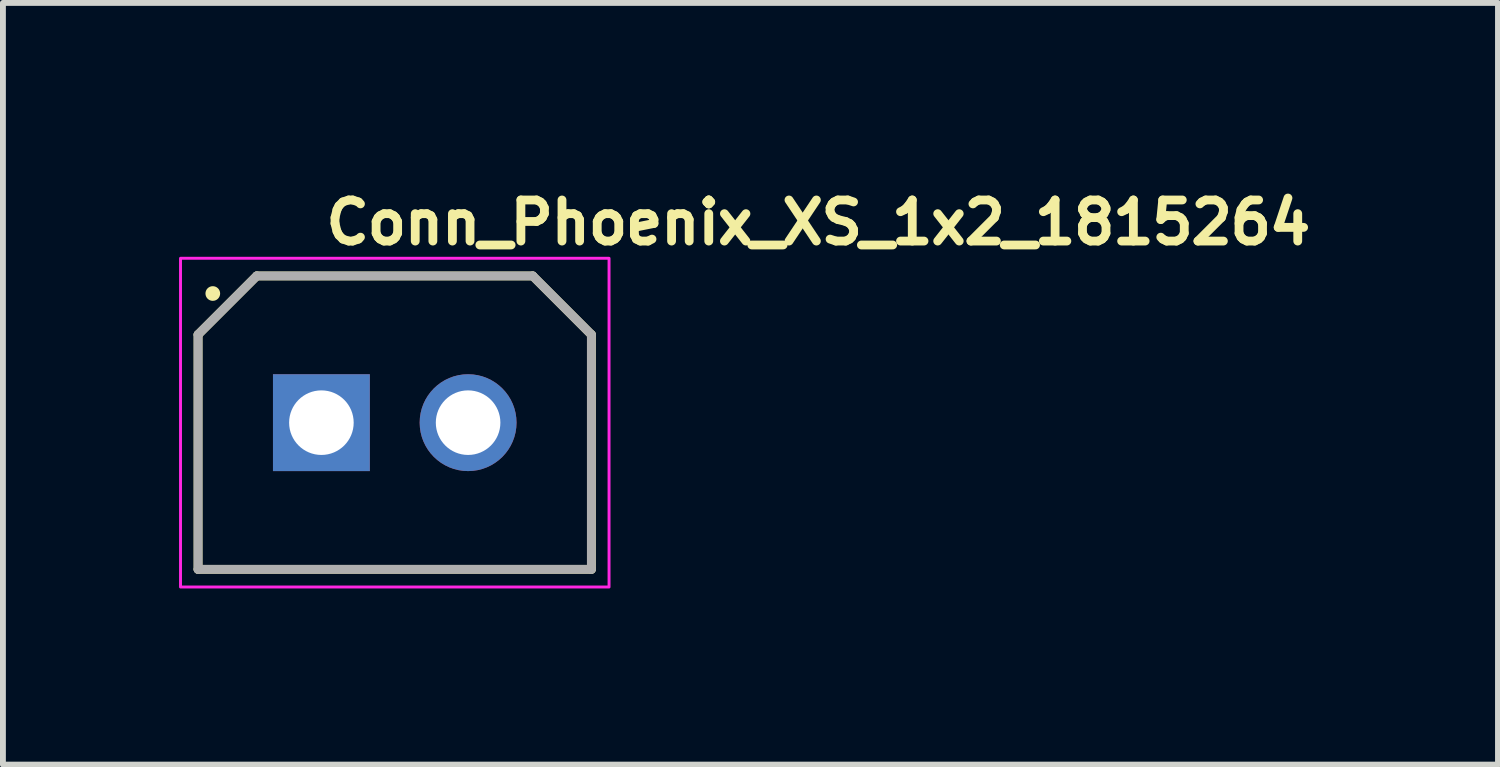
<source format=kicad_pcb>
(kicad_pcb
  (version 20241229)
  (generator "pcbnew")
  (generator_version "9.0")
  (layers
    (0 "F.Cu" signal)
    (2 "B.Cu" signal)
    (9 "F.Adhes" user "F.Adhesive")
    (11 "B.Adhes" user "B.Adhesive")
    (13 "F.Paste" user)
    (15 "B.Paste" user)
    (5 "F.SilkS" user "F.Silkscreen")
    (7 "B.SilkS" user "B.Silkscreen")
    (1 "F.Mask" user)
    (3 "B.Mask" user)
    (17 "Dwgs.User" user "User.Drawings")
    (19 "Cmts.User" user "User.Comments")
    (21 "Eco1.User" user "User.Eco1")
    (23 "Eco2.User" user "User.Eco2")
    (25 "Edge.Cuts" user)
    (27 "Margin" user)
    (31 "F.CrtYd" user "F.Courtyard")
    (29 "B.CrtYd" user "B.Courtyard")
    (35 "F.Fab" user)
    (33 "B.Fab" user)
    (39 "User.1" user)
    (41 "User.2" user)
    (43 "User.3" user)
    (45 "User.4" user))
  (footprint "Conn_Phoenix_XS_1x2_1815264"
    (layer "F.Cu")
    (at 2.425 4.15)
    (property "Reference" "Conn_Phoenix_XS_1x2_1815264" (at 0 -3 0) (unlocked yes) (layer "F.SilkS") (effects (font (size 0.7 0.7) (thickness 0.15)) (justify left bottom)))
    (attr through_hole)
    (fp_line (start -2.101 -1.5) (end -1.101 -2.5) (stroke (width 0.15) (type solid)) (layer "F.SilkS"))
    (fp_line (start -2.101 2.499) (end -2.101 -1.5) (stroke (width 0.15) (type solid)) (layer "F.SilkS"))
    (fp_line (start -1.101 -2.5) (end 3.6 -2.5) (stroke (width 0.15) (type solid)) (layer "F.SilkS"))
    (fp_line (start 3.6 -2.5) (end 4.599 -1.5) (stroke (width 0.15) (type solid)) (layer "F.SilkS"))
    (fp_line (start 4.599 -1.5) (end 4.599 2.499) (stroke (width 0.15) (type solid)) (layer "F.SilkS"))
    (fp_line (start 4.599 2.499) (end -2.101 2.499) (stroke (width 0.15) (type solid)) (layer "F.SilkS"))
    (fp_circle (center -1.85 -2.2) (end -1.8 -2.2) (stroke (width 0.15) (type solid)) (fill yes) (layer "F.SilkS"))
    (fp_rect (start -2.4 -2.8) (end 4.9 2.8) (stroke (width 0.05) (type solid)) (fill no) (layer "F.CrtYd"))
    (fp_line (start -2.101 -1.5) (end -1.101 -2.5) (stroke (width 0.15) (type solid)) (layer "F.Fab"))
    (fp_line (start -2.101 2.499) (end -2.101 -1.5) (stroke (width 0.15) (type solid)) (layer "F.Fab"))
    (fp_line (start -1.101 -2.5) (end 3.6 -2.5) (stroke (width 0.15) (type solid)) (layer "F.Fab"))
    (fp_line (start 3.6 -2.5) (end 4.599 -1.5) (stroke (width 0.15) (type solid)) (layer "F.Fab"))
    (fp_line (start 4.599 -1.5) (end 4.599 2.499) (stroke (width 0.15) (type solid)) (layer "F.Fab"))
    (fp_line (start 4.599 2.499) (end -2.101 2.499) (stroke (width 0.15) (type solid)) (layer "F.Fab"))
    (fp_rect (start -2.1 -2.5) (end 4.599 2.5) (stroke (width 0.1) (type solid)) (fill no) (layer "User.5"))
    (fp_line (start -2.1 -1.5) (end -1.1 -2.5) (stroke (width 0.02) (type solid)) (layer "User.9"))
    (fp_line (start -2.1 -1.3) (end -2.1 -1.5) (stroke (width 0.02) (type solid)) (layer "User.9"))
    (fp_line (start -2.1 -1.3) (end -2.1 -0.8) (stroke (width 0.02) (type solid)) (layer "User.9"))
    (fp_line (start -2.1 0.8) (end -2.1 -0.8) (stroke (width 0.02) (type solid)) (layer "User.9"))
    (fp_line (start -2.1 0.8) (end -2.1 1.3) (stroke (width 0.02) (type solid)) (layer "User.9"))
    (fp_line (start -2.1 0.8) (end -1.616 0.8) (stroke (width 0.02) (type solid)) (layer "User.9"))
    (fp_line (start -2.1 1.3) (end -1.621 1.3) (stroke (width 0.02) (type solid)) (layer "User.9"))
    (fp_line (start -2.1 2.5) (end -2.1 1.3) (stroke (width 0.02) (type solid)) (layer "User.9"))
    (fp_line (start -2.1 2.5) (end -0.7 2.5) (stroke (width 0.02) (type solid)) (layer "User.9"))
    (fp_line (start -1.621 -1.301) (end -1.621 -1.3) (stroke (width 0.02) (type solid)) (layer "User.9"))
    (fp_line (start -1.621 -1.3) (end -2.1 -1.3) (stroke (width 0.02) (type solid)) (layer "User.9"))
    (fp_line (start -1.621 -1.3) (end -1.616 -0.8) (stroke (width 0.02) (type solid)) (layer "User.9"))
    (fp_line (start -1.621 1.3) (end -1.621 2.02) (stroke (width 0.02) (type solid)) (layer "User.9"))
    (fp_line (start -1.616 -0.8) (end -2.1 -0.8) (stroke (width 0.02) (type solid)) (layer "User.9"))
    (fp_line (start -1.616 0.8) (end -1.621 1.3) (stroke (width 0.02) (type solid)) (layer "User.9"))
    (fp_line (start -1.616 0.8) (end -1.616 -0.8) (stroke (width 0.02) (type solid)) (layer "User.9"))
    (fp_line (start -1.612 -1.297) (end -1.621 -1.301) (stroke (width 0.02) (type solid)) (layer "User.9"))
    (fp_line (start -1.612 -1.297) (end -0.898 -2.011) (stroke (width 0.02) (type solid)) (layer "User.9"))
    (fp_line (start -1.612 2.011) (end -1.621 2.02) (stroke (width 0.02) (type solid)) (layer "User.9"))
    (fp_line (start -1.612 2.011) (end -1.612 -1.297) (stroke (width 0.02) (type solid)) (layer "User.9"))
    (fp_line (start -1.1 -2.5) (end -0.9 -2.5) (stroke (width 0.02) (type solid)) (layer "User.9"))
    (fp_line (start -0.902 -2.02) (end -1.621 -1.301) (stroke (width 0.02) (type solid)) (layer "User.9"))
    (fp_line (start -0.9 -2.5) (end -0.9 -2.02) (stroke (width 0.02) (type solid)) (layer "User.9"))
    (fp_line (start -0.9 -2.02) (end -0.902 -2.02) (stroke (width 0.02) (type solid)) (layer "User.9"))
    (fp_line (start -0.898 -2.011) (end -0.902 -2.02) (stroke (width 0.02) (type solid)) (layer "User.9"))
    (fp_line (start -0.898 -2.011) (end 3.397 -2.011) (stroke (width 0.02) (type solid)) (layer "User.9"))
    (fp_line (start -0.889 1.388) (end -0.889 -1.388) (stroke (width 0.02) (type solid)) (layer "User.9"))
    (fp_line (start -0.889 1.388) (end -0.885 1.384) (stroke (width 0.02) (type solid)) (layer "User.9"))
    (fp_line (start -0.885 -1.384) (end -0.889 -1.388) (stroke (width 0.02) (type solid)) (layer "User.9"))
    (fp_line (start -0.885 1.384) (end -0.885 -1.384) (stroke (width 0.02) (type solid)) (layer "User.9"))
    (fp_line (start -0.885 1.384) (end 0.884 1.384) (stroke (width 0.02) (type solid)) (layer "User.9"))
    (fp_line (start -0.7 2.011) (end -1.612 2.011) (stroke (width 0.02) (type solid)) (layer "User.9"))
    (fp_line (start -0.7 2.011) (end -0.7 2.02) (stroke (width 0.02) (type solid)) (layer "User.9"))
    (fp_line (start -0.7 2.02) (end -1.621 2.02) (stroke (width 0.02) (type solid)) (layer "User.9"))
    (fp_line (start -0.7 2.02) (end -0.7 2.5) (stroke (width 0.02) (type solid)) (layer "User.9"))
    (fp_line (start -0.6 -0.03) (end -0.6 0) (stroke (width 0.02) (type solid)) (layer "User.9"))
    (fp_line (start -0.6 0) (end -0.6 0.03) (stroke (width 0.02) (type solid)) (layer "User.9"))
    (fp_line (start -0.6 0.03) (end -0.597 0.061) (stroke (width 0.02) (type solid)) (layer "User.9"))
    (fp_line (start -0.597 -0.061) (end -0.6 -0.03) (stroke (width 0.02) (type solid)) (layer "User.9"))
    (fp_line (start -0.597 0.061) (end -0.594 0.091) (stroke (width 0.02) (type solid)) (layer "User.9"))
    (fp_line (start -0.594 -0.091) (end -0.597 -0.061) (stroke (width 0.02) (type solid)) (layer "User.9"))
    (fp_line (start -0.594 0.091) (end -0.588 0.12) (stroke (width 0.02) (type solid)) (layer "User.9"))
    (fp_line (start -0.588 -0.12) (end -0.594 -0.091) (stroke (width 0.02) (type solid)) (layer "User.9"))
    (fp_line (start -0.588 0.12) (end -0.582 0.149) (stroke (width 0.02) (type solid)) (layer "User.9"))
    (fp_line (start -0.582 -0.149) (end -0.588 -0.12) (stroke (width 0.02) (type solid)) (layer "User.9"))
    (fp_line (start -0.582 0.149) (end -0.573 0.178) (stroke (width 0.02) (type solid)) (layer "User.9"))
    (fp_line (start -0.573 -0.178) (end -0.582 -0.149) (stroke (width 0.02) (type solid)) (layer "User.9"))
    (fp_line (start -0.573 0.178) (end -0.564 0.206) (stroke (width 0.02) (type solid)) (layer "User.9"))
    (fp_line (start -0.564 -0.206) (end -0.573 -0.178) (stroke (width 0.02) (type solid)) (layer "User.9"))
    (fp_line (start -0.564 0.206) (end -0.553 0.233) (stroke (width 0.02) (type solid)) (layer "User.9"))
    (fp_line (start -0.553 -0.233) (end -0.564 -0.206) (stroke (width 0.02) (type solid)) (layer "User.9"))
    (fp_line (start -0.553 0.233) (end -0.541 0.26) (stroke (width 0.02) (type solid)) (layer "User.9"))
    (fp_line (start -0.541 -0.26) (end -0.553 -0.233) (stroke (width 0.02) (type solid)) (layer "User.9"))
    (fp_line (start -0.541 0.26) (end -0.528 0.285) (stroke (width 0.02) (type solid)) (layer "User.9"))
    (fp_line (start -0.528 -0.285) (end -0.541 -0.26) (stroke (width 0.02) (type solid)) (layer "User.9"))
    (fp_line (start -0.528 0.285) (end -0.514 0.31) (stroke (width 0.02) (type solid)) (layer "User.9"))
    (fp_line (start -0.514 -0.31) (end -0.528 -0.285) (stroke (width 0.02) (type solid)) (layer "User.9"))
    (fp_line (start -0.514 0.31) (end -0.498 0.335) (stroke (width 0.02) (type solid)) (layer "User.9"))
    (fp_line (start -0.498 -0.335) (end -0.514 -0.31) (stroke (width 0.02) (type solid)) (layer "User.9"))
    (fp_line (start -0.498 0.335) (end -0.481 0.358) (stroke (width 0.02) (type solid)) (layer "User.9"))
    (fp_line (start -0.481 -0.358) (end -0.498 -0.335) (stroke (width 0.02) (type solid)) (layer "User.9"))
    (fp_line (start -0.481 0.358) (end -0.463 0.381) (stroke (width 0.02) (type solid)) (layer "User.9"))
    (fp_line (start -0.463 -0.381) (end -0.481 -0.358) (stroke (width 0.02) (type solid)) (layer "User.9"))
    (fp_line (start -0.463 0.381) (end -0.445 0.403) (stroke (width 0.02) (type solid)) (layer "User.9"))
    (fp_line (start -0.445 -0.403) (end -0.463 -0.381) (stroke (width 0.02) (type solid)) (layer "User.9"))
    (fp_line (start -0.445 0.403) (end -0.425 0.424) (stroke (width 0.02) (type solid)) (layer "User.9"))
    (fp_line (start -0.425 -0.424) (end -0.445 -0.403) (stroke (width 0.02) (type solid)) (layer "User.9"))
    (fp_line (start -0.425 0.424) (end -0.404 0.443) (stroke (width 0.02) (type solid)) (layer "User.9"))
    (fp_line (start -0.404 -0.443) (end -0.425 -0.424) (stroke (width 0.02) (type solid)) (layer "User.9"))
    (fp_line (start -0.404 0.443) (end -0.382 0.462) (stroke (width 0.02) (type solid)) (layer "User.9"))
    (fp_line (start -0.4 -2.5) (end -0.9 -2.5) (stroke (width 0.02) (type solid)) (layer "User.9"))
    (fp_line (start -0.4 -2.5) (end -0.4 -2.015) (stroke (width 0.02) (type solid)) (layer "User.9"))
    (fp_line (start -0.4 -2.5) (end 0.4 -2.5) (stroke (width 0.02) (type solid)) (layer "User.9"))
    (fp_line (start -0.4 -2.015) (end -0.9 -2.02) (stroke (width 0.02) (type solid)) (layer "User.9"))
    (fp_line (start -0.4 -2.015) (end 0.4 -2.015) (stroke (width 0.02) (type solid)) (layer "User.9"))
    (fp_line (start -0.382 -0.462) (end -0.404 -0.443) (stroke (width 0.02) (type solid)) (layer "User.9"))
    (fp_line (start -0.382 0.462) (end -0.359 0.48) (stroke (width 0.02) (type solid)) (layer "User.9"))
    (fp_line (start -0.359 -0.48) (end -0.382 -0.462) (stroke (width 0.02) (type solid)) (layer "User.9"))
    (fp_line (start -0.359 0.48) (end -0.336 0.497) (stroke (width 0.02) (type solid)) (layer "User.9"))
    (fp_line (start -0.336 -0.497) (end -0.359 -0.48) (stroke (width 0.02) (type solid)) (layer "User.9"))
    (fp_line (start -0.336 0.497) (end -0.312 0.512) (stroke (width 0.02) (type solid)) (layer "User.9"))
    (fp_line (start -0.312 -0.512) (end -0.336 -0.497) (stroke (width 0.02) (type solid)) (layer "User.9"))
    (fp_line (start -0.312 0.512) (end -0.286 0.527) (stroke (width 0.02) (type solid)) (layer "User.9"))
    (fp_line (start -0.3 -0.3) (end -0.2 -0.2) (stroke (width 0.02) (type solid)) (layer "User.9"))
    (fp_line (start -0.3 -0.3) (end 0.3 -0.3) (stroke (width 0.02) (type solid)) (layer "User.9"))
    (fp_line (start -0.3 0.3) (end -0.3 -0.3) (stroke (width 0.02) (type solid)) (layer "User.9"))
    (fp_line (start -0.286 -0.527) (end -0.312 -0.512) (stroke (width 0.02) (type solid)) (layer "User.9"))
    (fp_line (start -0.286 0.527) (end -0.261 0.54) (stroke (width 0.02) (type solid)) (layer "User.9"))
    (fp_line (start -0.261 -0.54) (end -0.286 -0.527) (stroke (width 0.02) (type solid)) (layer "User.9"))
    (fp_line (start -0.261 0.54) (end -0.234 0.552) (stroke (width 0.02) (type solid)) (layer "User.9"))
    (fp_line (start -0.234 -0.552) (end -0.261 -0.54) (stroke (width 0.02) (type solid)) (layer "User.9"))
    (fp_line (start -0.234 0.552) (end -0.207 0.563) (stroke (width 0.02) (type solid)) (layer "User.9"))
    (fp_line (start -0.207 -0.563) (end -0.234 -0.552) (stroke (width 0.02) (type solid)) (layer "User.9"))
    (fp_line (start -0.207 0.563) (end -0.179 0.572) (stroke (width 0.02) (type solid)) (layer "User.9"))
    (fp_line (start -0.2 -0.2) (end 0.2 -0.2) (stroke (width 0.02) (type solid)) (layer "User.9"))
    (fp_line (start -0.2 0.2) (end -0.3 0.3) (stroke (width 0.02) (type solid)) (layer "User.9"))
    (fp_line (start -0.2 0.2) (end -0.2 -0.2) (stroke (width 0.02) (type solid)) (layer "User.9"))
    (fp_line (start -0.179 -0.572) (end -0.207 -0.563) (stroke (width 0.02) (type solid)) (layer "User.9"))
    (fp_line (start -0.179 0.572) (end -0.15 0.58) (stroke (width 0.02) (type solid)) (layer "User.9"))
    (fp_line (start -0.15 -0.58) (end -0.179 -0.572) (stroke (width 0.02) (type solid)) (layer "User.9"))
    (fp_line (start -0.15 0.58) (end -0.121 0.587) (stroke (width 0.02) (type solid)) (layer "User.9"))
    (fp_line (start -0.121 -0.587) (end -0.15 -0.58) (stroke (width 0.02) (type solid)) (layer "User.9"))
    (fp_line (start -0.121 0.587) (end -0.092 0.592) (stroke (width 0.02) (type solid)) (layer "User.9"))
    (fp_line (start -0.092 -0.592) (end -0.121 -0.587) (stroke (width 0.02) (type solid)) (layer "User.9"))
    (fp_line (start -0.092 0.592) (end -0.062 0.596) (stroke (width 0.02) (type solid)) (layer "User.9"))
    (fp_line (start -0.062 -0.596) (end -0.092 -0.592) (stroke (width 0.02) (type solid)) (layer "User.9"))
    (fp_line (start -0.062 0.596) (end -0.031 0.598) (stroke (width 0.02) (type solid)) (layer "User.9"))
    (fp_line (start -0.031 -0.598) (end -0.062 -0.596) (stroke (width 0.02) (type solid)) (layer "User.9"))
    (fp_line (start -0.031 0.598) (end -0.001 0.599) (stroke (width 0.02) (type solid)) (layer "User.9"))
    (fp_line (start -0.001 -0.599) (end -0.031 -0.598) (stroke (width 0.02) (type solid)) (layer "User.9"))
    (fp_line (start -0.001 -0.599) (end -0.001 -0.599) (stroke (width 0.02) (type solid)) (layer "User.9"))
    (fp_line (start -0.001 0.599) (end -0.001 0.599) (stroke (width 0.02) (type solid)) (layer "User.9"))
    (fp_line (start -0.001 0.599) (end 0.03 0.598) (stroke (width 0.02) (type solid)) (layer "User.9"))
    (fp_line (start 0.03 -0.598) (end -0.001 -0.599) (stroke (width 0.02) (type solid)) (layer "User.9"))
    (fp_line (start 0.03 0.598) (end 0.061 0.596) (stroke (width 0.02) (type solid)) (layer "User.9"))
    (fp_line (start 0.061 -0.596) (end 0.03 -0.598) (stroke (width 0.02) (type solid)) (layer "User.9"))
    (fp_line (start 0.061 0.596) (end 0.091 0.592) (stroke (width 0.02) (type solid)) (layer "User.9"))
    (fp_line (start 0.091 -0.592) (end 0.061 -0.596) (stroke (width 0.02) (type solid)) (layer "User.9"))
    (fp_line (start 0.091 0.592) (end 0.12 0.587) (stroke (width 0.02) (type solid)) (layer "User.9"))
    (fp_line (start 0.12 -0.587) (end 0.091 -0.592) (stroke (width 0.02) (type solid)) (layer "User.9"))
    (fp_line (start 0.12 0.587) (end 0.149 0.58) (stroke (width 0.02) (type solid)) (layer "User.9"))
    (fp_line (start 0.149 -0.58) (end 0.12 -0.587) (stroke (width 0.02) (type solid)) (layer "User.9"))
    (fp_line (start 0.149 0.58) (end 0.178 0.572) (stroke (width 0.02) (type solid)) (layer "User.9"))
    (fp_line (start 0.178 -0.572) (end 0.149 -0.58) (stroke (width 0.02) (type solid)) (layer "User.9"))
    (fp_line (start 0.178 0.572) (end 0.206 0.563) (stroke (width 0.02) (type solid)) (layer "User.9"))
    (fp_line (start 0.2 -0.2) (end 0.2 0.2) (stroke (width 0.02) (type solid)) (layer "User.9"))
    (fp_line (start 0.2 0.2) (end -0.2 0.2) (stroke (width 0.02) (type solid)) (layer "User.9"))
    (fp_line (start 0.2 0.2) (end 0.3 0.3) (stroke (width 0.02) (type solid)) (layer "User.9"))
    (fp_line (start 0.206 -0.563) (end 0.178 -0.572) (stroke (width 0.02) (type solid)) (layer "User.9"))
    (fp_line (start 0.206 0.563) (end 0.233 0.552) (stroke (width 0.02) (type solid)) (layer "User.9"))
    (fp_line (start 0.233 -0.552) (end 0.206 -0.563) (stroke (width 0.02) (type solid)) (layer "User.9"))
    (fp_line (start 0.233 0.552) (end 0.26 0.54) (stroke (width 0.02) (type solid)) (layer "User.9"))
    (fp_line (start 0.26 -0.54) (end 0.233 -0.552) (stroke (width 0.02) (type solid)) (layer "User.9"))
    (fp_line (start 0.26 0.54) (end 0.285 0.527) (stroke (width 0.02) (type solid)) (layer "User.9"))
    (fp_line (start 0.285 -0.527) (end 0.26 -0.54) (stroke (width 0.02) (type solid)) (layer "User.9"))
    (fp_line (start 0.285 0.527) (end 0.311 0.512) (stroke (width 0.02) (type solid)) (layer "User.9"))
    (fp_line (start 0.3 -0.3) (end 0.2 -0.2) (stroke (width 0.02) (type solid)) (layer "User.9"))
    (fp_line (start 0.3 -0.3) (end 0.3 0.3) (stroke (width 0.02) (type solid)) (layer "User.9"))
    (fp_line (start 0.3 0.3) (end -0.3 0.3) (stroke (width 0.02) (type solid)) (layer "User.9"))
    (fp_line (start 0.311 -0.512) (end 0.285 -0.527) (stroke (width 0.02) (type solid)) (layer "User.9"))
    (fp_line (start 0.311 0.512) (end 0.335 0.497) (stroke (width 0.02) (type solid)) (layer "User.9"))
    (fp_line (start 0.335 -0.497) (end 0.311 -0.512) (stroke (width 0.02) (type solid)) (layer "User.9"))
    (fp_line (start 0.335 0.497) (end 0.358 0.48) (stroke (width 0.02) (type solid)) (layer "User.9"))
    (fp_line (start 0.358 -0.48) (end 0.335 -0.497) (stroke (width 0.02) (type solid)) (layer "User.9"))
    (fp_line (start 0.358 0.48) (end 0.381 0.462) (stroke (width 0.02) (type solid)) (layer "User.9"))
    (fp_line (start 0.381 -0.462) (end 0.358 -0.48) (stroke (width 0.02) (type solid)) (layer "User.9"))
    (fp_line (start 0.381 0.462) (end 0.403 0.443) (stroke (width 0.02) (type solid)) (layer "User.9"))
    (fp_line (start 0.4 -2.5) (end 0.4 -2.015) (stroke (width 0.02) (type solid)) (layer "User.9"))
    (fp_line (start 0.403 -0.443) (end 0.381 -0.462) (stroke (width 0.02) (type solid)) (layer "User.9"))
    (fp_line (start 0.403 0.443) (end 0.424 0.424) (stroke (width 0.02) (type solid)) (layer "User.9"))
    (fp_line (start 0.424 -0.424) (end 0.403 -0.443) (stroke (width 0.02) (type solid)) (layer "User.9"))
    (fp_line (start 0.424 0.424) (end 0.444 0.403) (stroke (width 0.02) (type solid)) (layer "User.9"))
    (fp_line (start 0.444 -0.403) (end 0.424 -0.424) (stroke (width 0.02) (type solid)) (layer "User.9"))
    (fp_line (start 0.444 0.403) (end 0.462 0.381) (stroke (width 0.02) (type solid)) (layer "User.9"))
    (fp_line (start 0.462 -0.381) (end 0.444 -0.403) (stroke (width 0.02) (type solid)) (layer "User.9"))
    (fp_line (start 0.462 0.381) (end 0.48 0.358) (stroke (width 0.02) (type solid)) (layer "User.9"))
    (fp_line (start 0.48 -0.358) (end 0.462 -0.381) (stroke (width 0.02) (type solid)) (layer "User.9"))
    (fp_line (start 0.48 0.358) (end 0.497 0.335) (stroke (width 0.02) (type solid)) (layer "User.9"))
    (fp_line (start 0.497 -0.335) (end 0.48 -0.358) (stroke (width 0.02) (type solid)) (layer "User.9"))
    (fp_line (start 0.497 0.335) (end 0.513 0.31) (stroke (width 0.02) (type solid)) (layer "User.9"))
    (fp_line (start 0.513 -0.31) (end 0.497 -0.335) (stroke (width 0.02) (type solid)) (layer "User.9"))
    (fp_line (start 0.513 0.31) (end 0.527 0.285) (stroke (width 0.02) (type solid)) (layer "User.9"))
    (fp_line (start 0.527 -0.285) (end 0.513 -0.31) (stroke (width 0.02) (type solid)) (layer "User.9"))
    (fp_line (start 0.527 0.285) (end 0.54 0.26) (stroke (width 0.02) (type solid)) (layer "User.9"))
    (fp_line (start 0.54 -0.26) (end 0.527 -0.285) (stroke (width 0.02) (type solid)) (layer "User.9"))
    (fp_line (start 0.54 0.26) (end 0.552 0.233) (stroke (width 0.02) (type solid)) (layer "User.9"))
    (fp_line (start 0.552 -0.233) (end 0.54 -0.26) (stroke (width 0.02) (type solid)) (layer "User.9"))
    (fp_line (start 0.552 0.233) (end 0.563 0.206) (stroke (width 0.02) (type solid)) (layer "User.9"))
    (fp_line (start 0.563 -0.206) (end 0.552 -0.233) (stroke (width 0.02) (type solid)) (layer "User.9"))
    (fp_line (start 0.563 0.206) (end 0.572 0.178) (stroke (width 0.02) (type solid)) (layer "User.9"))
    (fp_line (start 0.572 -0.178) (end 0.563 -0.206) (stroke (width 0.02) (type solid)) (layer "User.9"))
    (fp_line (start 0.572 0.178) (end 0.581 0.149) (stroke (width 0.02) (type solid)) (layer "User.9"))
    (fp_line (start 0.581 -0.149) (end 0.572 -0.178) (stroke (width 0.02) (type solid)) (layer "User.9"))
    (fp_line (start 0.581 0.149) (end 0.587 0.12) (stroke (width 0.02) (type solid)) (layer "User.9"))
    (fp_line (start 0.587 -0.12) (end 0.581 -0.149) (stroke (width 0.02) (type solid)) (layer "User.9"))
    (fp_line (start 0.587 0.12) (end 0.593 0.091) (stroke (width 0.02) (type solid)) (layer "User.9"))
    (fp_line (start 0.593 -0.091) (end 0.587 -0.12) (stroke (width 0.02) (type solid)) (layer "User.9"))
    (fp_line (start 0.593 0.091) (end 0.596 0.061) (stroke (width 0.02) (type solid)) (layer "User.9"))
    (fp_line (start 0.596 -0.061) (end 0.593 -0.091) (stroke (width 0.02) (type solid)) (layer "User.9"))
    (fp_line (start 0.596 0.061) (end 0.599 0.03) (stroke (width 0.02) (type solid)) (layer "User.9"))
    (fp_line (start 0.599 -0.03) (end 0.596 -0.061) (stroke (width 0.02) (type solid)) (layer "User.9"))
    (fp_line (start 0.599 0.03) (end 0.6 0) (stroke (width 0.02) (type solid)) (layer "User.9"))
    (fp_line (start 0.6 0) (end 0.599 -0.03) (stroke (width 0.02) (type solid)) (layer "User.9"))
    (fp_line (start 0.7 2.02) (end 0.7 2.011) (stroke (width 0.02) (type solid)) (layer "User.9"))
    (fp_line (start 0.7 2.02) (end 0.7 2.5) (stroke (width 0.02) (type solid)) (layer "User.9"))
    (fp_line (start 0.7 2.02) (end 1.8 2.02) (stroke (width 0.02) (type solid)) (layer "User.9"))
    (fp_line (start 0.7 2.5) (end -0.7 2.5) (stroke (width 0.02) (type solid)) (layer "User.9"))
    (fp_line (start 0.7 2.5) (end 1.8 2.5) (stroke (width 0.02) (type solid)) (layer "User.9"))
    (fp_line (start 0.884 -1.384) (end -0.885 -1.384) (stroke (width 0.02) (type solid)) (layer "User.9"))
    (fp_line (start 0.884 1.384) (end 0.884 -1.384) (stroke (width 0.02) (type solid)) (layer "User.9"))
    (fp_line (start 0.888 -1.388) (end -0.889 -1.388) (stroke (width 0.02) (type solid)) (layer "User.9"))
    (fp_line (start 0.888 -1.388) (end 0.884 -1.384) (stroke (width 0.02) (type solid)) (layer "User.9"))
    (fp_line (start 0.888 1.388) (end -0.889 1.388) (stroke (width 0.02) (type solid)) (layer "User.9"))
    (fp_line (start 0.888 1.388) (end 0.884 1.384) (stroke (width 0.02) (type solid)) (layer "User.9"))
    (fp_line (start 0.888 1.388) (end 0.888 -1.388) (stroke (width 0.02) (type solid)) (layer "User.9"))
    (fp_line (start 0.9 -2.5) (end 0.4 -2.5) (stroke (width 0.02) (type solid)) (layer "User.9"))
    (fp_line (start 0.9 -2.5) (end 1.6 -2.5) (stroke (width 0.02) (type solid)) (layer "User.9"))
    (fp_line (start 0.9 -2.02) (end 0.4 -2.015) (stroke (width 0.02) (type solid)) (layer "User.9"))
    (fp_line (start 0.9 -2.02) (end 0.9 -2.5) (stroke (width 0.02) (type solid)) (layer "User.9"))
    (fp_line (start 1.6 -2.5) (end 1.6 -2.02) (stroke (width 0.02) (type solid)) (layer "User.9"))
    (fp_line (start 1.6 -2.02) (end 0.9 -2.02) (stroke (width 0.02) (type solid)) (layer "User.9"))
    (fp_line (start 1.611 -1.388) (end 1.615 -1.384) (stroke (width 0.02) (type solid)) (layer "User.9"))
    (fp_line (start 1.611 1.388) (end 1.611 -1.388) (stroke (width 0.02) (type solid)) (layer "User.9"))
    (fp_line (start 1.611 1.388) (end 1.615 1.384) (stroke (width 0.02) (type solid)) (layer "User.9"))
    (fp_line (start 1.615 1.384) (end 1.615 -1.384) (stroke (width 0.02) (type solid)) (layer "User.9"))
    (fp_line (start 1.615 1.384) (end 3.384 1.384) (stroke (width 0.02) (type solid)) (layer "User.9"))
    (fp_line (start 1.8 2.011) (end 0.7 2.011) (stroke (width 0.02) (type solid)) (layer "User.9"))
    (fp_line (start 1.8 2.011) (end 1.8 2.02) (stroke (width 0.02) (type solid)) (layer "User.9"))
    (fp_line (start 1.8 2.02) (end 1.8 2.5) (stroke (width 0.02) (type solid)) (layer "User.9"))
    (fp_line (start 1.9 -0.03) (end 1.9 0) (stroke (width 0.02) (type solid)) (layer "User.9"))
    (fp_line (start 1.9 0) (end 1.9 0.03) (stroke (width 0.02) (type solid)) (layer "User.9"))
    (fp_line (start 1.9 0.03) (end 1.903 0.061) (stroke (width 0.02) (type solid)) (layer "User.9"))
    (fp_line (start 1.903 -0.061) (end 1.9 -0.03) (stroke (width 0.02) (type solid)) (layer "User.9"))
    (fp_line (start 1.903 0.061) (end 1.906 0.091) (stroke (width 0.02) (type solid)) (layer "User.9"))
    (fp_line (start 1.906 -0.091) (end 1.903 -0.061) (stroke (width 0.02) (type solid)) (layer "User.9"))
    (fp_line (start 1.906 0.091) (end 1.912 0.12) (stroke (width 0.02) (type solid)) (layer "User.9"))
    (fp_line (start 1.912 -0.12) (end 1.906 -0.091) (stroke (width 0.02) (type solid)) (layer "User.9"))
    (fp_line (start 1.912 0.12) (end 1.918 0.149) (stroke (width 0.02) (type solid)) (layer "User.9"))
    (fp_line (start 1.918 -0.149) (end 1.912 -0.12) (stroke (width 0.02) (type solid)) (layer "User.9"))
    (fp_line (start 1.918 0.149) (end 1.927 0.178) (stroke (width 0.02) (type solid)) (layer "User.9"))
    (fp_line (start 1.927 -0.178) (end 1.918 -0.149) (stroke (width 0.02) (type solid)) (layer "User.9"))
    (fp_line (start 1.927 0.178) (end 1.936 0.206) (stroke (width 0.02) (type solid)) (layer "User.9"))
    (fp_line (start 1.936 -0.206) (end 1.927 -0.178) (stroke (width 0.02) (type solid)) (layer "User.9"))
    (fp_line (start 1.936 0.206) (end 1.947 0.233) (stroke (width 0.02) (type solid)) (layer "User.9"))
    (fp_line (start 1.947 -0.233) (end 1.936 -0.206) (stroke (width 0.02) (type solid)) (layer "User.9"))
    (fp_line (start 1.947 0.233) (end 1.959 0.26) (stroke (width 0.02) (type solid)) (layer "User.9"))
    (fp_line (start 1.959 -0.26) (end 1.947 -0.233) (stroke (width 0.02) (type solid)) (layer "User.9"))
    (fp_line (start 1.959 0.26) (end 1.972 0.285) (stroke (width 0.02) (type solid)) (layer "User.9"))
    (fp_line (start 1.972 -0.285) (end 1.959 -0.26) (stroke (width 0.02) (type solid)) (layer "User.9"))
    (fp_line (start 1.972 0.285) (end 1.986 0.31) (stroke (width 0.02) (type solid)) (layer "User.9"))
    (fp_line (start 1.986 -0.31) (end 1.972 -0.285) (stroke (width 0.02) (type solid)) (layer "User.9"))
    (fp_line (start 1.986 0.31) (end 2.002 0.335) (stroke (width 0.02) (type solid)) (layer "User.9"))
    (fp_line (start 2.002 -0.335) (end 1.986 -0.31) (stroke (width 0.02) (type solid)) (layer "User.9"))
    (fp_line (start 2.002 0.335) (end 2.019 0.358) (stroke (width 0.02) (type solid)) (layer "User.9"))
    (fp_line (start 2.019 -0.358) (end 2.002 -0.335) (stroke (width 0.02) (type solid)) (layer "User.9"))
    (fp_line (start 2.019 0.358) (end 2.037 0.381) (stroke (width 0.02) (type solid)) (layer "User.9"))
    (fp_line (start 2.037 -0.381) (end 2.019 -0.358) (stroke (width 0.02) (type solid)) (layer "User.9"))
    (fp_line (start 2.037 0.381) (end 2.055 0.403) (stroke (width 0.02) (type solid)) (layer "User.9"))
    (fp_line (start 2.055 -0.403) (end 2.037 -0.381) (stroke (width 0.02) (type solid)) (layer "User.9"))
    (fp_line (start 2.055 0.403) (end 2.075 0.424) (stroke (width 0.02) (type solid)) (layer "User.9"))
    (fp_line (start 2.075 -0.424) (end 2.055 -0.403) (stroke (width 0.02) (type solid)) (layer "User.9"))
    (fp_line (start 2.075 0.424) (end 2.096 0.443) (stroke (width 0.02) (type solid)) (layer "User.9"))
    (fp_line (start 2.096 -0.443) (end 2.075 -0.424) (stroke (width 0.02) (type solid)) (layer "User.9"))
    (fp_line (start 2.096 0.443) (end 2.118 0.462) (stroke (width 0.02) (type solid)) (layer "User.9"))
    (fp_line (start 2.1 -2.5) (end 1.6 -2.5) (stroke (width 0.02) (type solid)) (layer "User.9"))
    (fp_line (start 2.1 -2.5) (end 2.9 -2.5) (stroke (width 0.02) (type solid)) (layer "User.9"))
    (fp_line (start 2.1 -2.015) (end 1.6 -2.02) (stroke (width 0.02) (type solid)) (layer "User.9"))
    (fp_line (start 2.1 -2.015) (end 2.1 -2.5) (stroke (width 0.02) (type solid)) (layer "User.9"))
    (fp_line (start 2.1 -2.015) (end 2.9 -2.015) (stroke (width 0.02) (type solid)) (layer "User.9"))
    (fp_line (start 2.118 -0.462) (end 2.096 -0.443) (stroke (width 0.02) (type solid)) (layer "User.9"))
    (fp_line (start 2.118 0.462) (end 2.141 0.48) (stroke (width 0.02) (type solid)) (layer "User.9"))
    (fp_line (start 2.141 -0.48) (end 2.118 -0.462) (stroke (width 0.02) (type solid)) (layer "User.9"))
    (fp_line (start 2.141 0.48) (end 2.164 0.497) (stroke (width 0.02) (type solid)) (layer "User.9"))
    (fp_line (start 2.164 -0.497) (end 2.141 -0.48) (stroke (width 0.02) (type solid)) (layer "User.9"))
    (fp_line (start 2.164 0.497) (end 2.188 0.512) (stroke (width 0.02) (type solid)) (layer "User.9"))
    (fp_line (start 2.188 -0.512) (end 2.164 -0.497) (stroke (width 0.02) (type solid)) (layer "User.9"))
    (fp_line (start 2.188 0.512) (end 2.214 0.527) (stroke (width 0.02) (type solid)) (layer "User.9"))
    (fp_line (start 2.2 -0.3) (end 2.3 -0.2) (stroke (width 0.02) (type solid)) (layer "User.9"))
    (fp_line (start 2.2 -0.3) (end 2.8 -0.3) (stroke (width 0.02) (type solid)) (layer "User.9"))
    (fp_line (start 2.2 0.3) (end 2.2 -0.3) (stroke (width 0.02) (type solid)) (layer "User.9"))
    (fp_line (start 2.214 -0.527) (end 2.188 -0.512) (stroke (width 0.02) (type solid)) (layer "User.9"))
    (fp_line (start 2.214 0.527) (end 2.239 0.54) (stroke (width 0.02) (type solid)) (layer "User.9"))
    (fp_line (start 2.239 -0.54) (end 2.214 -0.527) (stroke (width 0.02) (type solid)) (layer "User.9"))
    (fp_line (start 2.239 0.54) (end 2.266 0.552) (stroke (width 0.02) (type solid)) (layer "User.9"))
    (fp_line (start 2.266 -0.552) (end 2.239 -0.54) (stroke (width 0.02) (type solid)) (layer "User.9"))
    (fp_line (start 2.266 0.552) (end 2.293 0.563) (stroke (width 0.02) (type solid)) (layer "User.9"))
    (fp_line (start 2.293 -0.563) (end 2.266 -0.552) (stroke (width 0.02) (type solid)) (layer "User.9"))
    (fp_line (start 2.293 0.563) (end 2.321 0.572) (stroke (width 0.02) (type solid)) (layer "User.9"))
    (fp_line (start 2.3 -0.2) (end 2.7 -0.2) (stroke (width 0.02) (type solid)) (layer "User.9"))
    (fp_line (start 2.3 0.2) (end 2.2 0.3) (stroke (width 0.02) (type solid)) (layer "User.9"))
    (fp_line (start 2.3 0.2) (end 2.3 -0.2) (stroke (width 0.02) (type solid)) (layer "User.9"))
    (fp_line (start 2.321 -0.572) (end 2.293 -0.563) (stroke (width 0.02) (type solid)) (layer "User.9"))
    (fp_line (start 2.321 0.572) (end 2.35 0.58) (stroke (width 0.02) (type solid)) (layer "User.9"))
    (fp_line (start 2.35 -0.58) (end 2.321 -0.572) (stroke (width 0.02) (type solid)) (layer "User.9"))
    (fp_line (start 2.35 0.58) (end 2.379 0.587) (stroke (width 0.02) (type solid)) (layer "User.9"))
    (fp_line (start 2.379 -0.587) (end 2.35 -0.58) (stroke (width 0.02) (type solid)) (layer "User.9"))
    (fp_line (start 2.379 0.587) (end 2.408 0.592) (stroke (width 0.02) (type solid)) (layer "User.9"))
    (fp_line (start 2.408 -0.592) (end 2.379 -0.587) (stroke (width 0.02) (type solid)) (layer "User.9"))
    (fp_line (start 2.408 0.592) (end 2.438 0.596) (stroke (width 0.02) (type solid)) (layer "User.9"))
    (fp_line (start 2.438 -0.596) (end 2.408 -0.592) (stroke (width 0.02) (type solid)) (layer "User.9"))
    (fp_line (start 2.438 0.596) (end 2.469 0.598) (stroke (width 0.02) (type solid)) (layer "User.9"))
    (fp_line (start 2.469 -0.598) (end 2.438 -0.596) (stroke (width 0.02) (type solid)) (layer "User.9"))
    (fp_line (start 2.469 0.598) (end 2.5 0.599) (stroke (width 0.02) (type solid)) (layer "User.9"))
    (fp_line (start 2.5 -0.599) (end 2.469 -0.598) (stroke (width 0.02) (type solid)) (layer "User.9"))
    (fp_line (start 2.5 -0.599) (end 2.5 -0.599) (stroke (width 0.02) (type solid)) (layer "User.9"))
    (fp_line (start 2.5 0.599) (end 2.5 0.599) (stroke (width 0.02) (type solid)) (layer "User.9"))
    (fp_line (start 2.5 0.599) (end 2.53 0.598) (stroke (width 0.02) (type solid)) (layer "User.9"))
    (fp_line (start 2.53 -0.598) (end 2.5 -0.599) (stroke (width 0.02) (type solid)) (layer "User.9"))
    (fp_line (start 2.53 0.598) (end 2.561 0.596) (stroke (width 0.02) (type solid)) (layer "User.9"))
    (fp_line (start 2.561 -0.596) (end 2.53 -0.598) (stroke (width 0.02) (type solid)) (layer "User.9"))
    (fp_line (start 2.561 0.596) (end 2.591 0.592) (stroke (width 0.02) (type solid)) (layer "User.9"))
    (fp_line (start 2.591 -0.592) (end 2.561 -0.596) (stroke (width 0.02) (type solid)) (layer "User.9"))
    (fp_line (start 2.591 0.592) (end 2.62 0.587) (stroke (width 0.02) (type solid)) (layer "User.9"))
    (fp_line (start 2.62 -0.587) (end 2.591 -0.592) (stroke (width 0.02) (type solid)) (layer "User.9"))
    (fp_line (start 2.62 0.587) (end 2.649 0.58) (stroke (width 0.02) (type solid)) (layer "User.9"))
    (fp_line (start 2.649 -0.58) (end 2.62 -0.587) (stroke (width 0.02) (type solid)) (layer "User.9"))
    (fp_line (start 2.649 0.58) (end 2.678 0.572) (stroke (width 0.02) (type solid)) (layer "User.9"))
    (fp_line (start 2.678 -0.572) (end 2.649 -0.58) (stroke (width 0.02) (type solid)) (layer "User.9"))
    (fp_line (start 2.678 0.572) (end 2.706 0.563) (stroke (width 0.02) (type solid)) (layer "User.9"))
    (fp_line (start 2.7 -0.2) (end 2.7 0.2) (stroke (width 0.02) (type solid)) (layer "User.9"))
    (fp_line (start 2.7 0.2) (end 2.3 0.2) (stroke (width 0.02) (type solid)) (layer "User.9"))
    (fp_line (start 2.7 0.2) (end 2.8 0.3) (stroke (width 0.02) (type solid)) (layer "User.9"))
    (fp_line (start 2.706 -0.563) (end 2.678 -0.572) (stroke (width 0.02) (type solid)) (layer "User.9"))
    (fp_line (start 2.706 0.563) (end 2.733 0.552) (stroke (width 0.02) (type solid)) (layer "User.9"))
    (fp_line (start 2.733 -0.552) (end 2.706 -0.563) (stroke (width 0.02) (type solid)) (layer "User.9"))
    (fp_line (start 2.733 0.552) (end 2.76 0.54) (stroke (width 0.02) (type solid)) (layer "User.9"))
    (fp_line (start 2.76 -0.54) (end 2.733 -0.552) (stroke (width 0.02) (type solid)) (layer "User.9"))
    (fp_line (start 2.76 0.54) (end 2.785 0.527) (stroke (width 0.02) (type solid)) (layer "User.9"))
    (fp_line (start 2.785 -0.527) (end 2.76 -0.54) (stroke (width 0.02) (type solid)) (layer "User.9"))
    (fp_line (start 2.785 0.527) (end 2.811 0.512) (stroke (width 0.02) (type solid)) (layer "User.9"))
    (fp_line (start 2.8 -0.3) (end 2.7 -0.2) (stroke (width 0.02) (type solid)) (layer "User.9"))
    (fp_line (start 2.8 -0.3) (end 2.8 0.3) (stroke (width 0.02) (type solid)) (layer "User.9"))
    (fp_line (start 2.8 0.3) (end 2.2 0.3) (stroke (width 0.02) (type solid)) (layer "User.9"))
    (fp_line (start 2.811 -0.512) (end 2.785 -0.527) (stroke (width 0.02) (type solid)) (layer "User.9"))
    (fp_line (start 2.811 0.512) (end 2.835 0.497) (stroke (width 0.02) (type solid)) (layer "User.9"))
    (fp_line (start 2.835 -0.497) (end 2.811 -0.512) (stroke (width 0.02) (type solid)) (layer "User.9"))
    (fp_line (start 2.835 0.497) (end 2.858 0.48) (stroke (width 0.02) (type solid)) (layer "User.9"))
    (fp_line (start 2.858 -0.48) (end 2.835 -0.497) (stroke (width 0.02) (type solid)) (layer "User.9"))
    (fp_line (start 2.858 0.48) (end 2.881 0.462) (stroke (width 0.02) (type solid)) (layer "User.9"))
    (fp_line (start 2.881 -0.462) (end 2.858 -0.48) (stroke (width 0.02) (type solid)) (layer "User.9"))
    (fp_line (start 2.881 0.462) (end 2.903 0.443) (stroke (width 0.02) (type solid)) (layer "User.9"))
    (fp_line (start 2.9 -2.5) (end 2.9 -2.015) (stroke (width 0.02) (type solid)) (layer "User.9"))
    (fp_line (start 2.903 -0.443) (end 2.881 -0.462) (stroke (width 0.02) (type solid)) (layer "User.9"))
    (fp_line (start 2.903 0.443) (end 2.924 0.424) (stroke (width 0.02) (type solid)) (layer "User.9"))
    (fp_line (start 2.924 -0.424) (end 2.903 -0.443) (stroke (width 0.02) (type solid)) (layer "User.9"))
    (fp_line (start 2.924 0.424) (end 2.944 0.403) (stroke (width 0.02) (type solid)) (layer "User.9"))
    (fp_line (start 2.944 -0.403) (end 2.924 -0.424) (stroke (width 0.02) (type solid)) (layer "User.9"))
    (fp_line (start 2.944 0.403) (end 2.962 0.381) (stroke (width 0.02) (type solid)) (layer "User.9"))
    (fp_line (start 2.962 -0.381) (end 2.944 -0.403) (stroke (width 0.02) (type solid)) (layer "User.9"))
    (fp_line (start 2.962 0.381) (end 2.98 0.358) (stroke (width 0.02) (type solid)) (layer "User.9"))
    (fp_line (start 2.98 -0.358) (end 2.962 -0.381) (stroke (width 0.02) (type solid)) (layer "User.9"))
    (fp_line (start 2.98 0.358) (end 2.997 0.335) (stroke (width 0.02) (type solid)) (layer "User.9"))
    (fp_line (start 2.997 -0.335) (end 2.98 -0.358) (stroke (width 0.02) (type solid)) (layer "User.9"))
    (fp_line (start 2.997 0.335) (end 3.013 0.31) (stroke (width 0.02) (type solid)) (layer "User.9"))
    (fp_line (start 3.013 -0.31) (end 2.997 -0.335) (stroke (width 0.02) (type solid)) (layer "User.9"))
    (fp_line (start 3.013 0.31) (end 3.027 0.285) (stroke (width 0.02) (type solid)) (layer "User.9"))
    (fp_line (start 3.027 -0.285) (end 3.013 -0.31) (stroke (width 0.02) (type solid)) (layer "User.9"))
    (fp_line (start 3.027 0.285) (end 3.04 0.26) (stroke (width 0.02) (type solid)) (layer "User.9"))
    (fp_line (start 3.04 -0.26) (end 3.027 -0.285) (stroke (width 0.02) (type solid)) (layer "User.9"))
    (fp_line (start 3.04 0.26) (end 3.052 0.233) (stroke (width 0.02) (type solid)) (layer "User.9"))
    (fp_line (start 3.052 -0.233) (end 3.04 -0.26) (stroke (width 0.02) (type solid)) (layer "User.9"))
    (fp_line (start 3.052 0.233) (end 3.063 0.206) (stroke (width 0.02) (type solid)) (layer "User.9"))
    (fp_line (start 3.063 -0.206) (end 3.052 -0.233) (stroke (width 0.02) (type solid)) (layer "User.9"))
    (fp_line (start 3.063 0.206) (end 3.072 0.178) (stroke (width 0.02) (type solid)) (layer "User.9"))
    (fp_line (start 3.072 -0.178) (end 3.063 -0.206) (stroke (width 0.02) (type solid)) (layer "User.9"))
    (fp_line (start 3.072 0.178) (end 3.081 0.149) (stroke (width 0.02) (type solid)) (layer "User.9"))
    (fp_line (start 3.081 -0.149) (end 3.072 -0.178) (stroke (width 0.02) (type solid)) (layer "User.9"))
    (fp_line (start 3.081 0.149) (end 3.087 0.12) (stroke (width 0.02) (type solid)) (layer "User.9"))
    (fp_line (start 3.087 -0.12) (end 3.081 -0.149) (stroke (width 0.02) (type solid)) (layer "User.9"))
    (fp_line (start 3.087 0.12) (end 3.093 0.091) (stroke (width 0.02) (type solid)) (layer "User.9"))
    (fp_line (start 3.093 -0.091) (end 3.087 -0.12) (stroke (width 0.02) (type solid)) (layer "User.9"))
    (fp_line (start 3.093 0.091) (end 3.096 0.061) (stroke (width 0.02) (type solid)) (layer "User.9"))
    (fp_line (start 3.096 -0.061) (end 3.093 -0.091) (stroke (width 0.02) (type solid)) (layer "User.9"))
    (fp_line (start 3.096 0.061) (end 3.099 0.03) (stroke (width 0.02) (type solid)) (layer "User.9"))
    (fp_line (start 3.099 -0.03) (end 3.096 -0.061) (stroke (width 0.02) (type solid)) (layer "User.9"))
    (fp_line (start 3.099 0) (end 3.099 -0.03) (stroke (width 0.02) (type solid)) (layer "User.9"))
    (fp_line (start 3.099 0.03) (end 3.1 0) (stroke (width 0.02) (type solid)) (layer "User.9"))
    (fp_line (start 3.2 2.02) (end 3.2 2.011) (stroke (width 0.02) (type solid)) (layer "User.9"))
    (fp_line (start 3.2 2.02) (end 3.2 2.5) (stroke (width 0.02) (type solid)) (layer "User.9"))
    (fp_line (start 3.2 2.02) (end 4.12 2.02) (stroke (width 0.02) (type solid)) (layer "User.9"))
    (fp_line (start 3.2 2.5) (end 1.8 2.5) (stroke (width 0.02) (type solid)) (layer "User.9"))
    (fp_line (start 3.2 2.5) (end 4.599 2.5) (stroke (width 0.02) (type solid)) (layer "User.9"))
    (fp_line (start 3.384 -1.384) (end 1.615 -1.384) (stroke (width 0.02) (type solid)) (layer "User.9"))
    (fp_line (start 3.384 -1.384) (end 3.388 -1.388) (stroke (width 0.02) (type solid)) (layer "User.9"))
    (fp_line (start 3.384 1.384) (end 3.384 -1.384) (stroke (width 0.02) (type solid)) (layer "User.9"))
    (fp_line (start 3.388 -1.388) (end 1.611 -1.388) (stroke (width 0.02) (type solid)) (layer "User.9"))
    (fp_line (start 3.388 1.388) (end 1.611 1.388) (stroke (width 0.02) (type solid)) (layer "User.9"))
    (fp_line (start 3.388 1.388) (end 3.384 1.384) (stroke (width 0.02) (type solid)) (layer "User.9"))
    (fp_line (start 3.388 1.388) (end 3.388 -1.388) (stroke (width 0.02) (type solid)) (layer "User.9"))
    (fp_line (start 3.397 -2.011) (end 4.111 -1.297) (stroke (width 0.02) (type solid)) (layer "User.9"))
    (fp_line (start 3.4 -2.5) (end 2.9 -2.5) (stroke (width 0.02) (type solid)) (layer "User.9"))
    (fp_line (start 3.4 -2.5) (end 3.599 -2.5) (stroke (width 0.02) (type solid)) (layer "User.9"))
    (fp_line (start 3.4 -2.02) (end 2.9 -2.015) (stroke (width 0.02) (type solid)) (layer "User.9"))
    (fp_line (start 3.4 -2.02) (end 3.4 -2.5) (stroke (width 0.02) (type solid)) (layer "User.9"))
    (fp_line (start 3.401 -2.02) (end 3.397 -2.011) (stroke (width 0.02) (type solid)) (layer "User.9"))
    (fp_line (start 3.401 -2.02) (end 3.4 -2.02) (stroke (width 0.02) (type solid)) (layer "User.9"))
    (fp_line (start 3.599 -2.5) (end 4.599 -1.5) (stroke (width 0.02) (type solid)) (layer "User.9"))
    (fp_line (start 4.111 -1.297) (end 4.111 2.011) (stroke (width 0.02) (type solid)) (layer "User.9"))
    (fp_line (start 4.111 2.011) (end 3.2 2.011) (stroke (width 0.02) (type solid)) (layer "User.9"))
    (fp_line (start 4.111 2.011) (end 4.12 2.02) (stroke (width 0.02) (type solid)) (layer "User.9"))
    (fp_line (start 4.115 -0.8) (end 4.115 0.8) (stroke (width 0.02) (type solid)) (layer "User.9"))
    (fp_line (start 4.115 -0.8) (end 4.12 -1.3) (stroke (width 0.02) (type solid)) (layer "User.9"))
    (fp_line (start 4.115 -0.8) (end 4.599 -0.8) (stroke (width 0.02) (type solid)) (layer "User.9"))
    (fp_line (start 4.12 -1.301) (end 3.401 -2.02) (stroke (width 0.02) (type solid)) (layer "User.9"))
    (fp_line (start 4.12 -1.301) (end 4.111 -1.297) (stroke (width 0.02) (type solid)) (layer "User.9"))
    (fp_line (start 4.12 -1.3) (end 4.12 -1.301) (stroke (width 0.02) (type solid)) (layer "User.9"))
    (fp_line (start 4.12 1.3) (end 4.115 0.8) (stroke (width 0.02) (type solid)) (layer "User.9"))
    (fp_line (start 4.12 1.3) (end 4.599 1.3) (stroke (width 0.02) (type solid)) (layer "User.9"))
    (fp_line (start 4.12 2.02) (end 4.12 1.3) (stroke (width 0.02) (type solid)) (layer "User.9"))
    (fp_line (start 4.599 -1.5) (end 4.599 -1.3) (stroke (width 0.02) (type solid)) (layer "User.9"))
    (fp_line (start 4.599 -1.3) (end 4.12 -1.3) (stroke (width 0.02) (type solid)) (layer "User.9"))
    (fp_line (start 4.599 -0.8) (end 4.599 -1.3) (stroke (width 0.02) (type solid)) (layer "User.9"))
    (fp_line (start 4.599 -0.8) (end 4.599 0.8) (stroke (width 0.02) (type solid)) (layer "User.9"))
    (fp_line (start 4.599 0.8) (end 4.115 0.8) (stroke (width 0.02) (type solid)) (layer "User.9"))
    (fp_line (start 4.599 1.3) (end 4.599 0.8) (stroke (width 0.02) (type solid)) (layer "User.9"))
    (fp_line (start 4.599 1.3) (end 4.599 2.5) (stroke (width 0.02) (type solid)) (layer "User.9"))
    (pad "1" thru_hole rect (at 0 0) (size 1.65 1.65) (drill 1.1) (layers "*.Cu" "*.Mask"))
    (pad "2" thru_hole circle (at 2.499 0) (size 1.65 1.65) (drill 1.1) (layers "*.Cu" "*.Mask")))
  (gr_rect
    (start -3 -3)
    (end 22.468 9.975)
    (stroke (width 0.1) (type default))
    (fill no)
    (layer "Edge.Cuts")))
</source>
